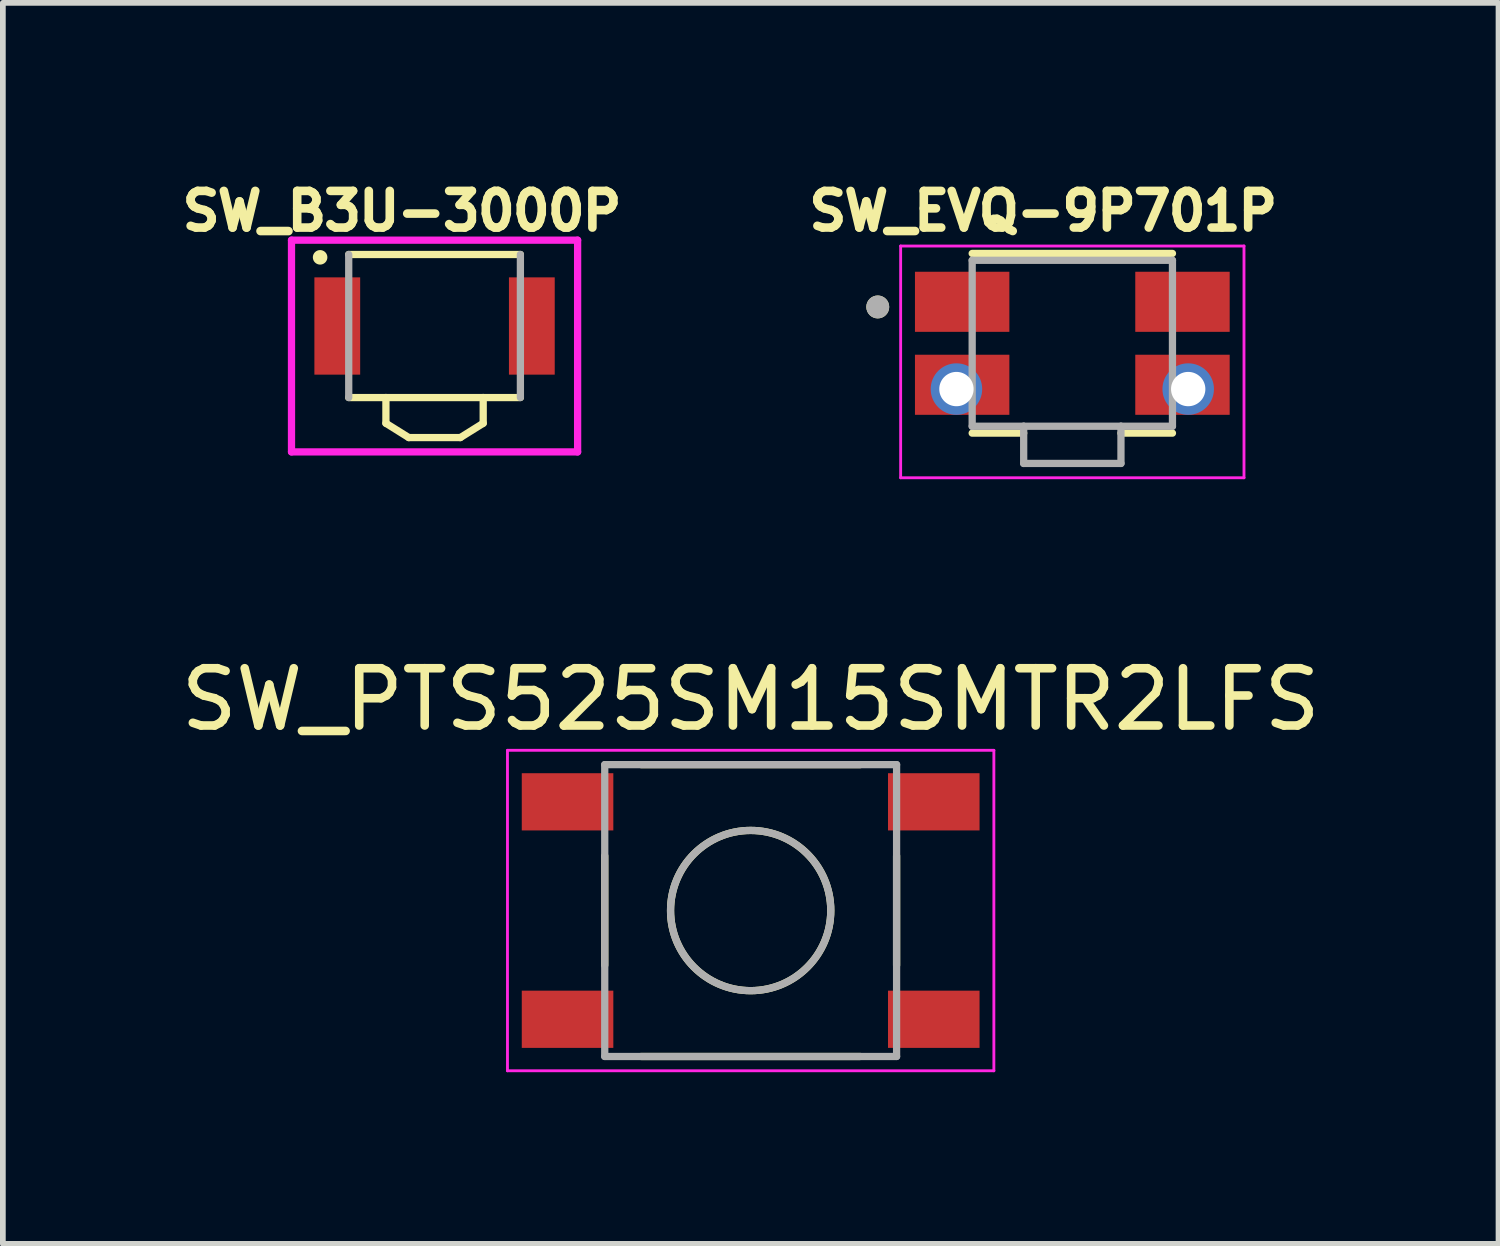
<source format=kicad_pcb>
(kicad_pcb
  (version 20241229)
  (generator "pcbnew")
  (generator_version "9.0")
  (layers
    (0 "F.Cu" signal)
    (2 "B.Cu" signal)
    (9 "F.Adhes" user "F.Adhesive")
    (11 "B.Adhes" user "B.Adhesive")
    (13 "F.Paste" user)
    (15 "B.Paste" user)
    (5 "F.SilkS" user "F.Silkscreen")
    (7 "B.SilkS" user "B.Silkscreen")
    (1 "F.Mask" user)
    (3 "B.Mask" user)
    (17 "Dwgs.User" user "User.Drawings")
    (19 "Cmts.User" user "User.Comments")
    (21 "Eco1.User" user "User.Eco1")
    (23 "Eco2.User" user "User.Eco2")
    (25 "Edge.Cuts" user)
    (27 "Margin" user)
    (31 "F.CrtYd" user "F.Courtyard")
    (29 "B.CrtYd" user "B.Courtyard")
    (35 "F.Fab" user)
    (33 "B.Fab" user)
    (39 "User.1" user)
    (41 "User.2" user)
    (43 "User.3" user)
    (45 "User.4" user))
  (footprint "SW_B3U-3000P"
    (layer "F.Cu")
    (at 4.544 2.647)
    (property "Reference" "SW_B3U-3000P" (at -0.569 -2.009 0) (layer "F.SilkS") (effects (font (size 0.641 0.641) (thickness 0.15))))
    (attr smd)
    (fp_line (start -1.5 1.25) (end -0.85 1.25) (stroke (width 0.127) (type solid)) (layer "F.SilkS"))
    (fp_line (start -0.85 1.25) (end -0.85 1.7) (stroke (width 0.127) (type solid)) (layer "F.SilkS"))
    (fp_line (start -0.85 1.25) (end 0.85 1.25) (stroke (width 0.127) (type solid)) (layer "F.SilkS"))
    (fp_line (start -0.45 1.95) (end -0.85 1.7) (stroke (width 0.127) (type solid)) (layer "F.SilkS"))
    (fp_line (start 0.45 1.95) (end -0.45 1.95) (stroke (width 0.127) (type solid)) (layer "F.SilkS"))
    (fp_line (start 0.45 1.95) (end 0.85 1.7) (stroke (width 0.127) (type solid)) (layer "F.SilkS"))
    (fp_line (start 0.85 1.25) (end 0.85 1.7) (stroke (width 0.127) (type solid)) (layer "F.SilkS"))
    (fp_line (start 0.85 1.25) (end 1.5 1.25) (stroke (width 0.127) (type solid)) (layer "F.SilkS"))
    (fp_line (start 1.5 -1.25) (end -1.5 -1.25) (stroke (width 0.127) (type solid)) (layer "F.SilkS"))
    (fp_circle (center -2 -1.2) (end -1.873 -1.2) (stroke (width 0) (type solid)) (fill yes) (layer "F.SilkS"))
    (fp_line (start -2.5 -1.5) (end 2.5 -1.5) (stroke (width 0.127) (type solid)) (layer "F.CrtYd"))
    (fp_line (start -2.5 2.2) (end -2.5 -1.5) (stroke (width 0.127) (type solid)) (layer "F.CrtYd"))
    (fp_line (start 2.5 -1.5) (end 2.5 2.2) (stroke (width 0.127) (type solid)) (layer "F.CrtYd"))
    (fp_line (start 2.5 2.2) (end -2.5 2.2) (stroke (width 0.127) (type solid)) (layer "F.CrtYd"))
    (fp_line (start -1.5 -1.25) (end -1.5 1.25) (stroke (width 0.127) (type solid)) (layer "F.Fab"))
    (fp_line (start 1.5 1.25) (end 1.5 -1.25) (stroke (width 0.127) (type solid)) (layer "F.Fab"))
    (pad "1" smd rect (at -1.7 0) (size 0.8 1.7) (layers "F.Cu" "F.Mask" "F.Paste"))
    (pad "2" smd rect (at 1.7 0) (size 0.8 1.7) (layers "F.Cu" "F.Mask" "F.Paste")))
  (footprint "SW_EVQ-9P701P"
    (layer "F.Cu")
    (at 15.689 2.949)
    (property "Reference" "SW_EVQ-9P701P" (at -0.508 -2.311 0) (layer "F.SilkS") (effects (font (size 0.64 0.64) (thickness 0.15))))
    (attr smd)
    (fp_line (start -0.85 1.57) (end -1.75 1.57) (stroke (width 0.127) (type solid)) (layer "F.SilkS"))
    (fp_line (start 0.85 1.57) (end 1.75 1.57) (stroke (width 0.127) (type solid)) (layer "F.SilkS"))
    (fp_line (start 1.75 -1.57) (end -1.75 -1.57) (stroke (width 0.127) (type solid)) (layer "F.SilkS"))
    (fp_circle (center -3.4 -0.635) (end -3.3 -0.635) (stroke (width 0.2) (type solid)) (fill no) (layer "F.SilkS"))
    (fp_line (start -3 -1.7) (end -3 2.35) (stroke (width 0.05) (type solid)) (layer "F.CrtYd"))
    (fp_line (start -3 2.35) (end 3 2.35) (stroke (width 0.05) (type solid)) (layer "F.CrtYd"))
    (fp_line (start 3 -1.7) (end -3 -1.7) (stroke (width 0.05) (type solid)) (layer "F.CrtYd"))
    (fp_line (start 3 2.35) (end 3 -1.7) (stroke (width 0.05) (type solid)) (layer "F.CrtYd"))
    (fp_line (start -1.75 -1.45) (end -1.75 1.45) (stroke (width 0.127) (type solid)) (layer "F.Fab"))
    (fp_line (start -1.75 1.45) (end -0.85 1.45) (stroke (width 0.127) (type solid)) (layer "F.Fab"))
    (fp_line (start -0.85 1.45) (end 0.85 1.45) (stroke (width 0.127) (type solid)) (layer "F.Fab"))
    (fp_line (start -0.85 2.1) (end -0.85 1.45) (stroke (width 0.127) (type solid)) (layer "F.Fab"))
    (fp_line (start 0.85 1.45) (end 1.75 1.45) (stroke (width 0.127) (type solid)) (layer "F.Fab"))
    (fp_line (start 0.85 2.1) (end -0.85 2.1) (stroke (width 0.127) (type solid)) (layer "F.Fab"))
    (fp_line (start 0.85 2.1) (end 0.85 1.45) (stroke (width 0.127) (type solid)) (layer "F.Fab"))
    (fp_line (start 1.75 -1.45) (end -1.75 -1.45) (stroke (width 0.127) (type solid)) (layer "F.Fab"))
    (fp_line (start 1.75 1.45) (end 1.75 -1.45) (stroke (width 0.127) (type solid)) (layer "F.Fab"))
    (fp_circle (center -3.4 -0.635) (end -3.3 -0.635) (stroke (width 0.2) (type solid)) (fill no) (layer "F.Fab"))
    (pad "1A" smd rect (at -1.925 -0.725) (size 1.65 1.05) (layers "F.Cu" "F.Mask" "F.Paste"))
    (pad "1B" smd rect (at 1.925 -0.725) (size 1.65 1.05) (layers "F.Cu" "F.Mask" "F.Paste"))
    (pad "2A" smd rect (at -1.925 0.725) (size 1.65 1.05) (layers "F.Cu" "F.Mask" "F.Paste"))
    (pad "2B" smd rect (at 1.925 0.725) (size 1.65 1.05) (layers "F.Cu" "F.Mask" "F.Paste"))
    (pad "2C" thru_hole circle (at -2.025 0.8) (size 0.9 0.9) (drill 0.6) (layers "*.Cu" "*.Mask"))
    (pad "2D" thru_hole circle (at 2.025 0.8) (size 0.9 0.9) (drill 0.6) (layers "*.Cu" "*.Mask")))
  (footprint "SW_PTS525SM15SMTR2LFS"
    (layer "F.Cu")
    (at 10.068 12.862)
    (property "Reference" "SW_PTS525SM15SMTR2LFS" (at -0.00001 -3.689 0) (layer "F.SilkS") (effects (font (size 1.001 1.001) (thickness 0.15))))
    (attr smd)
    (fp_line (start -2.55 -0.956) (end -2.55 0.956) (stroke (width 0.127) (type solid)) (layer "F.SilkS"))
    (fp_line (start -1.913 -2.55) (end 1.913 -2.55) (stroke (width 0.127) (type solid)) (layer "F.SilkS"))
    (fp_line (start -1.913 2.55) (end 1.913 2.55) (stroke (width 0.127) (type solid)) (layer "F.SilkS"))
    (fp_line (start 2.55 -0.956) (end 2.55 0.956) (stroke (width 0.127) (type solid)) (layer "F.SilkS"))
    (fp_circle (center 0 0) (end 1.4 0) (stroke (width 0.127) (type solid)) (fill no) (layer "F.SilkS"))
    (fp_line (start -4.25 -2.8) (end 4.25 -2.8) (stroke (width 0.05) (type solid)) (layer "F.CrtYd"))
    (fp_line (start -4.25 2.8) (end -4.25 -2.8) (stroke (width 0.05) (type solid)) (layer "F.CrtYd"))
    (fp_line (start 4.25 -2.8) (end 4.25 2.8) (stroke (width 0.05) (type solid)) (layer "F.CrtYd"))
    (fp_line (start 4.25 2.8) (end -4.25 2.8) (stroke (width 0.05) (type solid)) (layer "F.CrtYd"))
    (fp_line (start -2.55 -2.55) (end 2.55 -2.55) (stroke (width 0.127) (type solid)) (layer "F.Fab"))
    (fp_line (start -2.55 2.55) (end -2.55 -2.55) (stroke (width 0.127) (type solid)) (layer "F.Fab"))
    (fp_line (start 2.55 -2.55) (end 2.55 2.55) (stroke (width 0.127) (type solid)) (layer "F.Fab"))
    (fp_line (start 2.55 2.55) (end -2.55 2.55) (stroke (width 0.127) (type solid)) (layer "F.Fab"))
    (fp_circle (center 0 0) (end 1.4 0) (stroke (width 0.127) (type solid)) (fill no) (layer "F.Fab"))
    (pad "1" smd rect (at -3.2 -1.9) (size 1.6 1) (layers "F.Cu" "F.Mask" "F.Paste"))
    (pad "2" smd rect (at 3.2 -1.9) (size 1.6 1) (layers "F.Cu" "F.Mask" "F.Paste"))
    (pad "3" smd rect (at -3.2 1.9) (size 1.6 1) (layers "F.Cu" "F.Mask" "F.Paste"))
    (pad "4" smd rect (at 3.2 1.9) (size 1.6 1) (layers "F.Cu" "F.Mask" "F.Paste")))
  (gr_rect
    (start -3 -3)
    (end 23.137 18.687)
    (stroke (width 0.1) (type default))
    (fill no)
    (layer "Edge.Cuts")))
</source>
